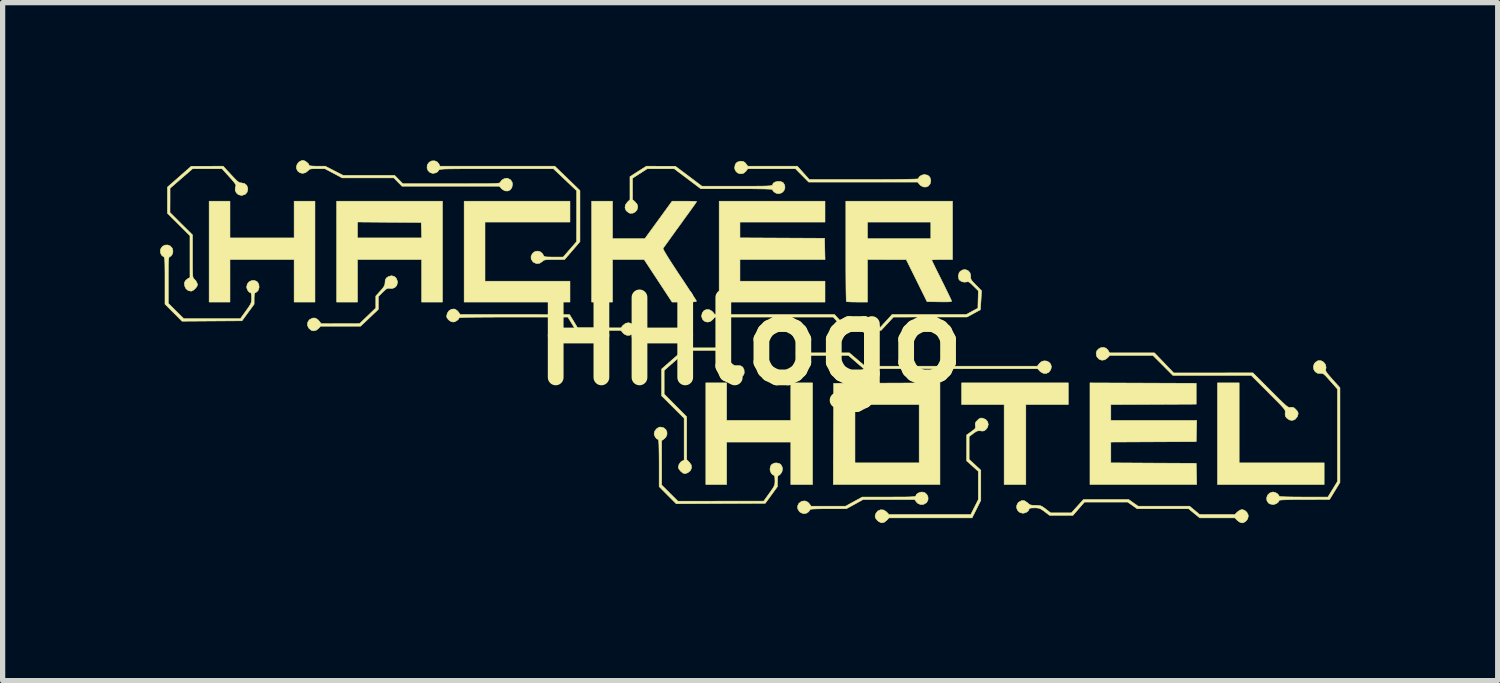
<source format=kicad_pcb>
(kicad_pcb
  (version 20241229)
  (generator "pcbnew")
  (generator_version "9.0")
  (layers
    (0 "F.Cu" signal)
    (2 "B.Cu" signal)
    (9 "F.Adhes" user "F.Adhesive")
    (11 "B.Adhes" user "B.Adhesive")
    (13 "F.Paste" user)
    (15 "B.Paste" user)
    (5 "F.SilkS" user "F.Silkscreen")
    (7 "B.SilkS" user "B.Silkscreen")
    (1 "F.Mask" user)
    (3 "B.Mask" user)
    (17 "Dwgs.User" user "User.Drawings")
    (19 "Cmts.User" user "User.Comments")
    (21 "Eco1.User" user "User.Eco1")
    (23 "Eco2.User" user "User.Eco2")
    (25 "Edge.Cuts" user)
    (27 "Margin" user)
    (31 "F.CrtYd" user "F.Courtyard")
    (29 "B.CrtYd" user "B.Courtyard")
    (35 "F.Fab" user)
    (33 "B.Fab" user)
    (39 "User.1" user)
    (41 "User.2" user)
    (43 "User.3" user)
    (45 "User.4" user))
  (footprint "HHlogo"
    (layer "F.Cu")
    (at 11.237 3.45)
    (property "Reference" "HHlogo" (at 0 0 0) (layer "F.SilkS") (effects (font (size 1.524 1.524) (thickness 0.3))))
    (attr through_hole)
    (fp_poly (pts (xy 9.319 2.318) (xy 10.938 2.318) (xy 10.938 2.731) (xy 8.906 2.731) (xy 8.906 0.794) (xy 9.319 0.794) (xy 9.319 2.318)) (stroke (width 0.01) (type solid)) (fill yes) (layer "F.SilkS"))
    (fp_poly (pts (xy -3.429 -2.27) (xy -5.048 -2.27) (xy -5.048 -1.143) (xy -3.429 -1.143) (xy -3.429 -0.746) (xy -5.445 -0.746) (xy -5.445 -2.667) (xy -3.429 -2.667) (xy -3.429 -2.27)) (stroke (width 0.01) (type solid)) (fill yes) (layer "F.SilkS"))
    (fp_poly (pts (xy 6.064 1.206) (xy 5.255 1.206) (xy 5.255 2.731) (xy 4.842 2.731) (xy 4.842 1.206) (xy 4.032 1.206) (xy 4.032 0.794) (xy 6.064 0.794) (xy 6.064 1.206)) (stroke (width 0.01) (type solid)) (fill yes) (layer "F.SilkS"))
    (fp_poly (pts (xy -9.906 -1.968) (xy -8.684 -1.968) (xy -8.684 -2.667) (xy -8.287 -2.667) (xy -8.287 -0.746) (xy -8.684 -0.746) (xy -8.684 -1.556) (xy -9.906 -1.556) (xy -9.906 -0.746) (xy -10.303 -0.746) (xy -10.303 -2.667) (xy -9.906 -2.667) (xy -9.906 -1.968)) (stroke (width 0.01) (type solid)) (fill yes) (layer "F.SilkS"))
    (fp_poly (pts (xy -0.445 1.508) (xy 0.778 1.508) (xy 0.778 0.794) (xy 1.191 0.794) (xy 1.191 2.731) (xy 0.778 2.731) (xy 0.778 1.921) (xy -0.445 1.921) (xy -0.445 2.731) (xy -0.841 2.731) (xy -0.841 0.794) (xy -0.445 0.794) (xy -0.445 1.508)) (stroke (width 0.01) (type solid)) (fill yes) (layer "F.SilkS"))
    (fp_poly (pts (xy 1.429 -2.27) (xy -0.191 -2.27) (xy -0.191 -1.969) (xy 1.421 -1.961) (xy 1.425 -1.758) (xy 1.43 -1.556) (xy -0.191 -1.556) (xy -0.191 -1.143) (xy 1.429 -1.143) (xy 1.429 -0.746) (xy -0.587 -0.746) (xy -0.587 -2.667) (xy 1.429 -2.667) (xy 1.429 -2.27)) (stroke (width 0.01) (type solid)) (fill yes) (layer "F.SilkS"))
    (fp_poly (pts (xy 3.619 2.731) (xy 1.587 2.731) (xy 1.591 1.766) (xy 1.594 1.206) (xy 2 1.206) (xy 2 2.318) (xy 3.223 2.318) (xy 3.223 1.206) (xy 2 1.206) (xy 1.594 1.206) (xy 1.595 0.802) (xy 2.607 0.798) (xy 3.619 0.794) (xy 3.619 2.731)) (stroke (width 0.01) (type solid)) (fill yes) (layer "F.SilkS"))
    (fp_poly (pts (xy -5.858 -0.746) (xy -6.255 -0.746) (xy -6.255 -1.556) (xy -7.477 -1.556) (xy -7.477 -0.746) (xy -7.874 -0.746) (xy -7.874 -1.968) (xy -7.477 -1.968) (xy -6.254 -1.968) (xy -6.258 -2.115) (xy -6.263 -2.262) (xy -6.87 -2.266) (xy -7.477 -2.271) (xy -7.477 -1.968) (xy -7.874 -1.968) (xy -7.874 -2.667) (xy -5.858 -2.667) (xy -5.858 -0.746)) (stroke (width 0.01) (type solid)) (fill yes) (layer "F.SilkS"))
    (fp_poly (pts (xy 7.489 0.798) (xy 8.501 0.802) (xy 8.501 1.199) (xy 7.687 1.203) (xy 6.874 1.207) (xy 6.874 1.508) (xy 8.51 1.508) (xy 8.501 1.913) (xy 7.687 1.917) (xy 6.874 1.921) (xy 6.874 2.317) (xy 7.687 2.322) (xy 8.501 2.326) (xy 8.506 2.528) (xy 8.51 2.731) (xy 6.477 2.731) (xy 6.477 0.794) (xy 7.489 0.798)) (stroke (width 0.01) (type solid)) (fill yes) (layer "F.SilkS"))
    (fp_poly (pts (xy 1.063 0.131) (xy 1.101 0.168) (xy 1.109 0.184) (xy 1.126 0.222) (xy 1.893 0.222) (xy 2.193 0.476) (xy 5.475 0.476) (xy 5.508 0.43) (xy 5.551 0.39) (xy 5.601 0.374) (xy 5.652 0.378) (xy 5.696 0.4) (xy 5.729 0.437) (xy 5.742 0.485) (xy 5.732 0.537) (xy 5.697 0.588) (xy 5.648 0.613) (xy 5.593 0.613) (xy 5.539 0.585) (xy 5.524 0.572) (xy 5.48 0.524) (xy 3.823 0.524) (xy 2.167 0.523) (xy 2.021 0.397) (xy 1.875 0.27) (xy 1.508 0.27) (xy 1.14 0.27) (xy 1.095 0.317) (xy 1.044 0.354) (xy 0.989 0.362) (xy 0.937 0.344) (xy 0.897 0.301) (xy 0.888 0.284) (xy 0.879 0.229) (xy 0.893 0.182) (xy 0.926 0.146) (xy 0.969 0.123) (xy 1.018 0.117) (xy 1.063 0.131)) (stroke (width 0.01) (type solid)) (fill yes) (layer "F.SilkS"))
    (fp_poly (pts (xy -6.778 -1.235) (xy -6.738 -1.199) (xy -6.717 -1.143) (xy -6.715 -1.118) (xy -6.729 -1.062) (xy -6.766 -1.022) (xy -6.819 -1.004) (xy -6.853 -1.006) (xy -6.886 -1.009) (xy -6.912 -1.004) (xy -6.941 -0.985) (xy -6.979 -0.95) (xy -6.997 -0.933) (xy -7.08 -0.85) (xy -7.08 -0.606) (xy -7.249 -0.446) (xy -7.418 -0.286) (xy -8.182 -0.286) (xy -8.215 -0.247) (xy -8.261 -0.21) (xy -8.314 -0.197) (xy -8.358 -0.208) (xy -8.405 -0.249) (xy -8.429 -0.3) (xy -8.428 -0.353) (xy -8.4 -0.401) (xy -8.388 -0.412) (xy -8.331 -0.441) (xy -8.278 -0.44) (xy -8.227 -0.406) (xy -8.212 -0.389) (xy -8.168 -0.333) (xy -7.803 -0.334) (xy -7.437 -0.335) (xy -7.283 -0.483) (xy -7.128 -0.632) (xy -7.128 -0.86) (xy -7.041 -0.957) (xy -6.993 -1.012) (xy -6.966 -1.053) (xy -6.955 -1.088) (xy -6.953 -1.105) (xy -6.948 -1.163) (xy -6.929 -1.202) (xy -6.891 -1.23) (xy -6.888 -1.231) (xy -6.83 -1.247) (xy -6.778 -1.235)) (stroke (width 0.01) (type solid)) (fill yes) (layer "F.SilkS"))
    (fp_poly (pts (xy -5.612 -0.606) (xy -5.575 -0.58) (xy -5.547 -0.548) (xy -5.521 -0.508) (xy -4.479 -0.508) (xy -3.437 -0.507) (xy -3.36 -0.381) (xy -3.284 -0.254) (xy -2.459 -0.254) (xy -2.419 -0.302) (xy -2.37 -0.34) (xy -2.316 -0.352) (xy -2.266 -0.339) (xy -2.225 -0.301) (xy -2.215 -0.281) (xy -2.203 -0.221) (xy -2.216 -0.171) (xy -2.248 -0.134) (xy -2.293 -0.113) (xy -2.344 -0.112) (xy -2.394 -0.135) (xy -2.419 -0.159) (xy -2.459 -0.206) (xy -3.314 -0.206) (xy -3.469 -0.46) (xy -4.504 -0.46) (xy -4.723 -0.46) (xy -4.918 -0.459) (xy -5.089 -0.458) (xy -5.234 -0.457) (xy -5.352 -0.455) (xy -5.443 -0.453) (xy -5.504 -0.45) (xy -5.536 -0.447) (xy -5.54 -0.445) (xy -5.554 -0.418) (xy -5.587 -0.39) (xy -5.627 -0.37) (xy -5.655 -0.365) (xy -5.7 -0.377) (xy -5.743 -0.408) (xy -5.772 -0.447) (xy -5.779 -0.475) (xy -5.766 -0.533) (xy -5.734 -0.579) (xy -5.689 -0.608) (xy -5.638 -0.614) (xy -5.612 -0.606)) (stroke (width 0.01) (type solid)) (fill yes) (layer "F.SilkS"))
    (fp_poly (pts (xy -0.125 -3.423) (xy -0.092 -3.4) (xy -0.077 -3.381) (xy -0.042 -3.334) (xy 0.43 -3.334) (xy 0.902 -3.334) (xy 1.016 -3.207) (xy 1.13 -3.08) (xy 2.169 -3.08) (xy 2.403 -3.08) (xy 2.608 -3.081) (xy 2.784 -3.082) (xy 2.93 -3.084) (xy 3.045 -3.086) (xy 3.13 -3.088) (xy 3.184 -3.091) (xy 3.206 -3.095) (xy 3.207 -3.096) (xy 3.221 -3.127) (xy 3.256 -3.155) (xy 3.301 -3.172) (xy 3.326 -3.175) (xy 3.386 -3.162) (xy 3.427 -3.125) (xy 3.444 -3.068) (xy 3.445 -3.056) (xy 3.432 -2.998) (xy 3.399 -2.957) (xy 3.353 -2.937) (xy 3.301 -2.94) (xy 3.25 -2.967) (xy 3.233 -2.985) (xy 3.193 -3.032) (xy 1.118 -3.032) (xy 0.992 -3.159) (xy 0.866 -3.286) (xy 0.412 -3.286) (xy -0.042 -3.286) (xy -0.077 -3.239) (xy -0.12 -3.201) (xy -0.171 -3.189) (xy -0.222 -3.199) (xy -0.263 -3.229) (xy -0.288 -3.276) (xy -0.292 -3.307) (xy -0.28 -3.37) (xy -0.245 -3.41) (xy -0.189 -3.428) (xy -0.173 -3.429) (xy -0.125 -3.423)) (stroke (width 0.01) (type solid)) (fill yes) (layer "F.SilkS"))
    (fp_poly (pts (xy -2.619 -1.953) (xy -2.003 -1.953) (xy -1.743 -2.31) (xy -1.484 -2.667) (xy -1.25 -2.667) (xy -1.168 -2.667) (xy -1.098 -2.665) (xy -1.047 -2.664) (xy -1.019 -2.661) (xy -1.016 -2.66) (xy -1.025 -2.646) (xy -1.05 -2.609) (xy -1.09 -2.553) (xy -1.142 -2.48) (xy -1.205 -2.394) (xy -1.275 -2.297) (xy -1.33 -2.22) (xy -1.406 -2.116) (xy -1.475 -2.02) (xy -1.536 -1.935) (xy -1.587 -1.864) (xy -1.626 -1.81) (xy -1.65 -1.777) (xy -1.656 -1.767) (xy -1.651 -1.749) (xy -1.628 -1.707) (xy -1.59 -1.643) (xy -1.538 -1.559) (xy -1.472 -1.457) (xy -1.395 -1.339) (xy -1.349 -1.269) (xy -1.275 -1.159) (xy -1.207 -1.056) (xy -1.147 -0.964) (xy -1.096 -0.886) (xy -1.057 -0.826) (xy -1.031 -0.785) (xy -1.021 -0.769) (xy -1.022 -0.76) (xy -1.037 -0.754) (xy -1.068 -0.75) (xy -1.121 -0.747) (xy -1.199 -0.746) (xy -1.248 -0.746) (xy -1.484 -0.746) (xy -1.75 -1.151) (xy -2.016 -1.556) (xy -2.619 -1.556) (xy -2.619 -0.746) (xy -3.016 -0.746) (xy -3.016 -2.667) (xy -2.619 -2.667) (xy -2.619 -1.953)) (stroke (width 0.01) (type solid)) (fill yes) (layer "F.SilkS"))
    (fp_poly (pts (xy 3.333 2.887) (xy 3.371 2.922) (xy 3.392 2.969) (xy 3.392 3.021) (xy 3.368 3.069) (xy 3.361 3.077) (xy 3.308 3.108) (xy 3.251 3.112) (xy 3.198 3.09) (xy 3.172 3.064) (xy 3.137 3.016) (xy 2.155 3.016) (xy 1.996 3.104) (xy 1.837 3.191) (xy 1.49 3.191) (xy 1.367 3.192) (xy 1.269 3.194) (xy 1.198 3.197) (xy 1.155 3.202) (xy 1.143 3.207) (xy 1.133 3.229) (xy 1.111 3.254) (xy 1.064 3.282) (xy 1.009 3.283) (xy 0.956 3.258) (xy 0.944 3.247) (xy 0.911 3.196) (xy 0.907 3.142) (xy 0.929 3.092) (xy 0.976 3.055) (xy 0.99 3.049) (xy 1.047 3.042) (xy 1.101 3.065) (xy 1.136 3.103) (xy 1.163 3.143) (xy 1.821 3.143) (xy 1.98 3.056) (xy 2.139 2.969) (xy 2.649 2.969) (xy 2.792 2.968) (xy 2.906 2.968) (xy 2.995 2.967) (xy 3.061 2.965) (xy 3.107 2.962) (xy 3.137 2.958) (xy 3.153 2.953) (xy 3.159 2.947) (xy 3.159 2.946) (xy 3.173 2.916) (xy 3.209 2.891) (xy 3.257 2.875) (xy 3.281 2.873) (xy 3.333 2.887)) (stroke (width 0.01) (type solid)) (fill yes) (layer "F.SilkS"))
    (fp_poly (pts (xy 3.858 -1.556) (xy 3.659 -1.556) (xy 3.584 -1.555) (xy 3.522 -1.553) (xy 3.479 -1.551) (xy 3.461 -1.548) (xy 3.461 -1.548) (xy 3.468 -1.532) (xy 3.487 -1.492) (xy 3.517 -1.43) (xy 3.555 -1.352) (xy 3.601 -1.261) (xy 3.651 -1.159) (xy 3.651 -1.159) (xy 3.702 -1.057) (xy 3.747 -0.965) (xy 3.786 -0.885) (xy 3.816 -0.822) (xy 3.835 -0.78) (xy 3.842 -0.762) (xy 3.826 -0.755) (xy 3.779 -0.75) (xy 3.703 -0.749) (xy 3.608 -0.75) (xy 3.373 -0.754) (xy 3.175 -1.154) (xy 2.977 -1.554) (xy 2.607 -1.555) (xy 2.238 -1.556) (xy 2.238 -0.746) (xy 2.043 -0.746) (xy 1.967 -0.747) (xy 1.903 -0.749) (xy 1.857 -0.752) (xy 1.836 -0.756) (xy 1.836 -0.757) (xy 1.834 -0.774) (xy 1.833 -0.82) (xy 1.831 -0.893) (xy 1.829 -0.989) (xy 1.828 -1.105) (xy 1.827 -1.239) (xy 1.826 -1.389) (xy 1.826 -1.55) (xy 1.826 -1.717) (xy 1.826 -2.27) (xy 2.238 -2.27) (xy 2.238 -1.953) (xy 3.445 -1.953) (xy 3.445 -2.27) (xy 2.238 -2.27) (xy 1.826 -2.27) (xy 1.826 -2.667) (xy 3.858 -2.667) (xy 3.858 -1.556)) (stroke (width 0.01) (type solid)) (fill yes) (layer "F.SilkS"))
    (fp_poly (pts (xy 4.434 1.467) (xy 4.491 1.491) (xy 4.527 1.533) (xy 4.54 1.585) (xy 4.526 1.64) (xy 4.499 1.677) (xy 4.467 1.704) (xy 4.433 1.712) (xy 4.396 1.708) (xy 4.358 1.705) (xy 4.325 1.712) (xy 4.288 1.733) (xy 4.254 1.757) (xy 4.175 1.817) (xy 4.175 2.251) (xy 4.286 2.354) (xy 4.397 2.457) (xy 4.397 3.032) (xy 4.314 3.199) (xy 4.231 3.365) (xy 2.648 3.365) (xy 2.603 3.413) (xy 2.553 3.452) (xy 2.502 3.459) (xy 2.449 3.434) (xy 2.428 3.414) (xy 2.393 3.372) (xy 2.383 3.334) (xy 2.395 3.289) (xy 2.399 3.281) (xy 2.435 3.234) (xy 2.485 3.212) (xy 2.54 3.214) (xy 2.592 3.244) (xy 2.603 3.254) (xy 2.648 3.302) (xy 4.207 3.302) (xy 4.35 3.017) (xy 4.35 2.479) (xy 4.239 2.379) (xy 4.128 2.28) (xy 4.128 2.033) (xy 4.128 1.786) (xy 4.215 1.724) (xy 4.262 1.689) (xy 4.287 1.665) (xy 4.296 1.643) (xy 4.294 1.615) (xy 4.293 1.609) (xy 4.29 1.571) (xy 4.303 1.54) (xy 4.333 1.507) (xy 4.369 1.475) (xy 4.4 1.464) (xy 4.434 1.467)) (stroke (width 0.01) (type solid)) (fill yes) (layer "F.SilkS"))
    (fp_poly (pts (xy -0.466 0.299) (xy -0.405 0.365) (xy -0.361 0.412) (xy -0.329 0.442) (xy -0.305 0.458) (xy -0.284 0.465) (xy -0.261 0.465) (xy -0.246 0.464) (xy -0.18 0.468) (xy -0.136 0.496) (xy -0.112 0.547) (xy -0.109 0.607) (xy -0.126 0.649) (xy -0.165 0.682) (xy -0.216 0.698) (xy -0.227 0.699) (xy -0.286 0.685) (xy -0.328 0.647) (xy -0.347 0.592) (xy -0.347 0.566) (xy -0.347 0.542) (xy -0.353 0.518) (xy -0.369 0.49) (xy -0.397 0.453) (xy -0.441 0.401) (xy -0.493 0.343) (xy -0.643 0.176) (xy -0.921 0.175) (xy -1.2 0.175) (xy -1.418 0.366) (xy -1.635 0.557) (xy -1.635 1.007) (xy -1.421 1.223) (xy -1.206 1.439) (xy -1.206 2.257) (xy -1.159 2.302) (xy -1.12 2.355) (xy -1.112 2.41) (xy -1.133 2.462) (xy -1.182 2.504) (xy -1.186 2.506) (xy -1.232 2.522) (xy -1.273 2.514) (xy -1.317 2.48) (xy -1.319 2.478) (xy -1.348 2.443) (xy -1.364 2.413) (xy -1.365 2.407) (xy -1.354 2.352) (xy -1.323 2.305) (xy -1.294 2.283) (xy -1.254 2.265) (xy -1.254 1.468) (xy -1.468 1.254) (xy -1.683 1.04) (xy -1.683 0.53) (xy -1.223 0.127) (xy -0.623 0.127) (xy -0.466 0.299)) (stroke (width 0.01) (type solid)) (fill yes) (layer "F.SilkS"))
    (fp_poly (pts (xy 6.784 0.134) (xy 6.822 0.173) (xy 6.824 0.176) (xy 6.85 0.222) (xy 7.278 0.222) (xy 7.705 0.222) (xy 8.072 0.604) (xy 8.827 0.604) (xy 9.581 0.603) (xy 9.914 0.937) (xy 10.009 1.032) (xy 10.085 1.107) (xy 10.144 1.164) (xy 10.189 1.206) (xy 10.222 1.234) (xy 10.247 1.251) (xy 10.266 1.26) (xy 10.282 1.262) (xy 10.297 1.261) (xy 10.298 1.26) (xy 10.336 1.258) (xy 10.368 1.272) (xy 10.398 1.299) (xy 10.434 1.342) (xy 10.444 1.381) (xy 10.43 1.428) (xy 10.423 1.443) (xy 10.384 1.489) (xy 10.334 1.509) (xy 10.279 1.501) (xy 10.229 1.467) (xy 10.201 1.432) (xy 10.194 1.394) (xy 10.196 1.366) (xy 10.198 1.348) (xy 10.197 1.332) (xy 10.191 1.314) (xy 10.177 1.291) (xy 10.153 1.262) (xy 10.117 1.222) (xy 10.066 1.169) (xy 9.998 1.101) (xy 9.911 1.014) (xy 9.876 0.978) (xy 9.549 0.651) (xy 8.056 0.651) (xy 7.676 0.27) (xy 6.855 0.27) (xy 6.81 0.318) (xy 6.759 0.354) (xy 6.703 0.362) (xy 6.652 0.344) (xy 6.612 0.301) (xy 6.603 0.283) (xy 6.594 0.228) (xy 6.609 0.181) (xy 6.643 0.145) (xy 6.687 0.122) (xy 6.737 0.118) (xy 6.784 0.134)) (stroke (width 0.01) (type solid)) (fill yes) (layer "F.SilkS"))
    (fp_poly (pts (xy 10.926 0.397) (xy 10.964 0.445) (xy 10.975 0.502) (xy 10.968 0.537) (xy 10.966 0.554) (xy 10.974 0.577) (xy 10.996 0.61) (xy 11.034 0.657) (xy 11.091 0.722) (xy 11.097 0.729) (xy 11.239 0.887) (xy 11.239 2.691) (xy 11.041 3.015) (xy 10.561 3.016) (xy 10.411 3.016) (xy 10.287 3.018) (xy 10.192 3.021) (xy 10.125 3.024) (xy 10.088 3.029) (xy 10.081 3.032) (xy 10.067 3.063) (xy 10.032 3.091) (xy 9.986 3.109) (xy 9.962 3.111) (xy 9.905 3.1) (xy 9.874 3.08) (xy 9.846 3.032) (xy 9.843 2.98) (xy 9.862 2.931) (xy 9.9 2.893) (xy 9.952 2.874) (xy 9.967 2.873) (xy 10.01 2.883) (xy 10.05 2.907) (xy 10.076 2.937) (xy 10.081 2.953) (xy 10.096 2.958) (xy 10.143 2.962) (xy 10.219 2.965) (xy 10.323 2.967) (xy 10.455 2.968) (xy 10.546 2.969) (xy 11.01 2.969) (xy 11.192 2.671) (xy 11.192 0.912) (xy 11.056 0.759) (xy 11 0.696) (xy 10.96 0.653) (xy 10.932 0.628) (xy 10.909 0.615) (xy 10.889 0.612) (xy 10.867 0.614) (xy 10.812 0.61) (xy 10.769 0.583) (xy 10.741 0.539) (xy 10.733 0.488) (xy 10.747 0.436) (xy 10.77 0.404) (xy 10.821 0.371) (xy 10.875 0.37) (xy 10.926 0.397)) (stroke (width 0.01) (type solid)) (fill yes) (layer "F.SilkS"))
    (fp_poly (pts (xy -1.647 1.648) (xy -1.605 1.681) (xy -1.582 1.727) (xy -1.581 1.779) (xy -1.604 1.83) (xy -1.642 1.866) (xy -1.683 1.893) (xy -1.683 2.739) (xy -1.528 2.894) (xy -1.373 3.048) (xy -0.555 3.047) (xy 0.262 3.047) (xy 0.369 2.898) (xy 0.415 2.833) (xy 0.446 2.787) (xy 0.464 2.751) (xy 0.473 2.719) (xy 0.476 2.683) (xy 0.476 2.652) (xy 0.474 2.601) (xy 0.468 2.566) (xy 0.46 2.556) (xy 0.429 2.542) (xy 0.401 2.507) (xy 0.384 2.461) (xy 0.381 2.437) (xy 0.392 2.38) (xy 0.413 2.349) (xy 0.459 2.324) (xy 0.5 2.318) (xy 0.557 2.329) (xy 0.587 2.349) (xy 0.613 2.395) (xy 0.619 2.437) (xy 0.61 2.484) (xy 0.586 2.525) (xy 0.556 2.552) (xy 0.54 2.556) (xy 0.532 2.57) (xy 0.526 2.609) (xy 0.524 2.663) (xy 0.523 2.77) (xy 0.291 3.088) (xy -0.557 3.092) (xy -1.405 3.096) (xy -1.568 2.933) (xy -1.73 2.77) (xy -1.73 2.321) (xy -1.731 2.177) (xy -1.733 2.059) (xy -1.735 1.969) (xy -1.739 1.908) (xy -1.744 1.877) (xy -1.746 1.873) (xy -1.776 1.86) (xy -1.804 1.826) (xy -1.823 1.784) (xy -1.826 1.761) (xy -1.812 1.71) (xy -1.778 1.667) (xy -1.732 1.639) (xy -1.706 1.635) (xy -1.647 1.648)) (stroke (width 0.01) (type solid)) (fill yes) (layer "F.SilkS"))
    (fp_poly (pts (xy -1.697 -3.333) (xy -1.421 -3.333) (xy -1.168 -3.143) (xy -0.915 -2.953) (xy -0.243 -2.953) (xy -0.077 -2.953) (xy 0.06 -2.953) (xy 0.17 -2.954) (xy 0.257 -2.955) (xy 0.323 -2.957) (xy 0.37 -2.96) (xy 0.401 -2.963) (xy 0.42 -2.968) (xy 0.428 -2.973) (xy 0.429 -2.976) (xy 0.442 -3.009) (xy 0.478 -3.032) (xy 0.526 -3.044) (xy 0.576 -3.043) (xy 0.621 -3.028) (xy 0.635 -3.016) (xy 0.663 -2.969) (xy 0.666 -2.917) (xy 0.647 -2.868) (xy 0.61 -2.83) (xy 0.557 -2.811) (xy 0.543 -2.81) (xy 0.499 -2.819) (xy 0.459 -2.843) (xy 0.433 -2.873) (xy 0.429 -2.889) (xy 0.413 -2.894) (xy 0.366 -2.897) (xy 0.289 -2.9) (xy 0.181 -2.902) (xy 0.045 -2.904) (xy -0.12 -2.905) (xy -0.254 -2.905) (xy -0.938 -2.905) (xy -1.191 -3.096) (xy -1.444 -3.286) (xy -1.7 -3.286) (xy -1.957 -3.286) (xy -2.238 -3.105) (xy -2.238 -2.698) (xy -2.188 -2.653) (xy -2.151 -2.61) (xy -2.138 -2.564) (xy -2.138 -2.557) (xy -2.151 -2.504) (xy -2.185 -2.463) (xy -2.232 -2.439) (xy -2.284 -2.437) (xy -2.31 -2.447) (xy -2.36 -2.489) (xy -2.381 -2.541) (xy -2.373 -2.596) (xy -2.335 -2.65) (xy -2.334 -2.651) (xy -2.286 -2.696) (xy -2.286 -3.135) (xy -2.13 -3.235) (xy -1.973 -3.334) (xy -1.697 -3.333)) (stroke (width 0.01) (type solid)) (fill yes) (layer "F.SilkS"))
    (fp_poly (pts (xy 4.156 -1.343) (xy 4.191 -1.304) (xy 4.205 -1.249) (xy 4.205 -1.232) (xy 4.204 -1.203) (xy 4.212 -1.177) (xy 4.231 -1.148) (xy 4.267 -1.108) (xy 4.306 -1.068) (xy 4.412 -0.96) (xy 4.401 -0.78) (xy 4.389 -0.599) (xy 4.262 -0.53) (xy 4.135 -0.461) (xy 3.434 -0.461) (xy 2.733 -0.46) (xy 2.615 -0.333) (xy 2.497 -0.206) (xy 1.818 -0.206) (xy 1.585 -0.46) (xy -0.669 -0.46) (xy -0.709 -0.413) (xy -0.757 -0.375) (xy -0.809 -0.364) (xy -0.859 -0.376) (xy -0.898 -0.409) (xy -0.919 -0.46) (xy -0.921 -0.484) (xy -0.908 -0.542) (xy -0.875 -0.583) (xy -0.829 -0.603) (xy -0.776 -0.601) (xy -0.726 -0.573) (xy -0.709 -0.556) (xy -0.669 -0.508) (xy 0.471 -0.508) (xy 1.611 -0.508) (xy 1.727 -0.381) (xy 1.844 -0.254) (xy 2.474 -0.254) (xy 2.591 -0.381) (xy 2.707 -0.508) (xy 3.413 -0.508) (xy 4.12 -0.508) (xy 4.231 -0.569) (xy 4.342 -0.629) (xy 4.346 -0.795) (xy 4.351 -0.96) (xy 4.258 -1.052) (xy 4.211 -1.098) (xy 4.178 -1.124) (xy 4.155 -1.134) (xy 4.134 -1.132) (xy 4.126 -1.129) (xy 4.08 -1.125) (xy 4.031 -1.137) (xy 3.992 -1.163) (xy 3.979 -1.182) (xy 3.969 -1.245) (xy 3.984 -1.302) (xy 4.005 -1.331) (xy 4.056 -1.36) (xy 4.109 -1.363) (xy 4.156 -1.343)) (stroke (width 0.01) (type solid)) (fill yes) (layer "F.SilkS"))
    (fp_poly (pts (xy -8.48 -3.434) (xy -8.442 -3.409) (xy -8.41 -3.378) (xy -8.398 -3.35) (xy -8.383 -3.342) (xy -8.339 -3.337) (xy -8.269 -3.334) (xy -8.244 -3.334) (xy -8.091 -3.334) (xy -7.92 -3.246) (xy -7.75 -3.159) (xy -7.26 -3.159) (xy -6.769 -3.159) (xy -6.613 -3) (xy -5.689 -3) (xy -5.495 -3) (xy -5.329 -3.001) (xy -5.191 -3.001) (xy -5.078 -3.001) (xy -4.986 -3.002) (xy -4.914 -3.004) (xy -4.859 -3.005) (xy -4.819 -3.008) (xy -4.791 -3.011) (xy -4.773 -3.015) (xy -4.763 -3.02) (xy -4.757 -3.025) (xy -4.755 -3.032) (xy -4.755 -3.032) (xy -4.73 -3.066) (xy -4.687 -3.093) (xy -4.639 -3.105) (xy -4.615 -3.103) (xy -4.559 -3.073) (xy -4.53 -3.027) (xy -4.524 -2.985) (xy -4.537 -2.924) (xy -4.57 -2.882) (xy -4.616 -2.861) (xy -4.669 -2.865) (xy -4.721 -2.895) (xy -4.731 -2.905) (xy -4.775 -2.953) (xy -5.702 -2.953) (xy -6.629 -2.953) (xy -6.785 -3.112) (xy -7.277 -3.112) (xy -7.768 -3.111) (xy -7.933 -3.199) (xy -8.098 -3.286) (xy -8.243 -3.286) (xy -8.313 -3.286) (xy -8.358 -3.283) (xy -8.387 -3.276) (xy -8.406 -3.263) (xy -8.421 -3.246) (xy -8.468 -3.21) (xy -8.52 -3.198) (xy -8.571 -3.208) (xy -8.613 -3.239) (xy -8.638 -3.287) (xy -8.641 -3.318) (xy -8.627 -3.37) (xy -8.591 -3.415) (xy -8.542 -3.441) (xy -8.515 -3.445) (xy -8.48 -3.434)) (stroke (width 0.01) (type solid)) (fill yes) (layer "F.SilkS"))
    (fp_poly (pts (xy -5.962 -3.418) (xy -5.926 -3.378) (xy -5.924 -3.372) (xy -5.906 -3.334) (xy -4.812 -3.334) (xy -3.718 -3.334) (xy -3.239 -2.87) (xy -3.239 -2.384) (xy -3.239 -1.897) (xy -3.385 -1.726) (xy -3.532 -1.556) (xy -3.726 -1.556) (xy -3.808 -1.555) (xy -3.864 -1.554) (xy -3.902 -1.549) (xy -3.927 -1.542) (xy -3.945 -1.529) (xy -3.959 -1.516) (xy -4.012 -1.483) (xy -4.069 -1.479) (xy -4.123 -1.504) (xy -4.136 -1.515) (xy -4.169 -1.566) (xy -4.17 -1.62) (xy -4.142 -1.673) (xy -4.097 -1.708) (xy -4.045 -1.717) (xy -3.993 -1.703) (xy -3.951 -1.666) (xy -3.932 -1.631) (xy -3.924 -1.619) (xy -3.907 -1.611) (xy -3.875 -1.606) (xy -3.823 -1.604) (xy -3.745 -1.603) (xy -3.74 -1.603) (xy -3.558 -1.603) (xy -3.303 -1.897) (xy -3.302 -2.382) (xy -3.302 -2.867) (xy -3.523 -3.076) (xy -3.744 -3.286) (xy -4.832 -3.286) (xy -5.044 -3.286) (xy -5.227 -3.286) (xy -5.382 -3.286) (xy -5.512 -3.285) (xy -5.62 -3.284) (xy -5.707 -3.283) (xy -5.776 -3.282) (xy -5.828 -3.28) (xy -5.867 -3.277) (xy -5.893 -3.274) (xy -5.911 -3.271) (xy -5.921 -3.266) (xy -5.926 -3.261) (xy -5.929 -3.256) (xy -5.949 -3.229) (xy -5.985 -3.207) (xy -6.043 -3.197) (xy -6.094 -3.213) (xy -6.132 -3.249) (xy -6.152 -3.298) (xy -6.148 -3.354) (xy -6.144 -3.364) (xy -6.111 -3.409) (xy -6.064 -3.434) (xy -6.011 -3.437) (xy -5.962 -3.418)) (stroke (width 0.01) (type solid)) (fill yes) (layer "F.SilkS"))
    (fp_poly (pts (xy 7.304 3.08) (xy 7.395 3.143) (xy 8.375 3.143) (xy 8.47 3.222) (xy 8.565 3.301) (xy 8.901 3.302) (xy 9.237 3.302) (xy 9.284 3.254) (xy 9.33 3.22) (xy 9.373 3.207) (xy 9.374 3.207) (xy 9.422 3.221) (xy 9.464 3.257) (xy 9.489 3.306) (xy 9.493 3.334) (xy 9.48 3.385) (xy 9.446 3.429) (xy 9.4 3.457) (xy 9.374 3.461) (xy 9.331 3.448) (xy 9.285 3.414) (xy 9.284 3.413) (xy 9.237 3.365) (xy 8.568 3.365) (xy 8.461 3.278) (xy 8.355 3.191) (xy 7.375 3.191) (xy 7.285 3.127) (xy 7.194 3.064) (xy 6.372 3.064) (xy 6.262 3.191) (xy 6.152 3.318) (xy 5.929 3.317) (xy 5.707 3.317) (xy 5.613 3.246) (xy 5.562 3.209) (xy 5.524 3.188) (xy 5.486 3.178) (xy 5.438 3.175) (xy 5.419 3.175) (xy 5.36 3.177) (xy 5.328 3.184) (xy 5.318 3.196) (xy 5.304 3.23) (xy 5.268 3.258) (xy 5.22 3.275) (xy 5.196 3.277) (xy 5.142 3.263) (xy 5.103 3.229) (xy 5.081 3.182) (xy 5.081 3.131) (xy 5.104 3.083) (xy 5.122 3.065) (xy 5.176 3.036) (xy 5.229 3.039) (xy 5.282 3.074) (xy 5.289 3.08) (xy 5.318 3.106) (xy 5.347 3.12) (xy 5.387 3.126) (xy 5.44 3.127) (xy 5.495 3.129) (xy 5.535 3.135) (xy 5.571 3.152) (xy 5.615 3.183) (xy 5.636 3.199) (xy 5.728 3.27) (xy 6.123 3.27) (xy 6.353 3.016) (xy 7.214 3.016) (xy 7.304 3.08)) (stroke (width 0.01) (type solid)) (fill yes) (layer "F.SilkS"))
    (fp_poly (pts (xy -9.889 -3.175) (xy -9.828 -3.11) (xy -9.784 -3.065) (xy -9.751 -3.037) (xy -9.725 -3.022) (xy -9.702 -3.017) (xy -9.691 -3.016) (xy -9.629 -3.004) (xy -9.586 -2.968) (xy -9.567 -2.913) (xy -9.566 -2.897) (xy -9.58 -2.838) (xy -9.617 -2.797) (xy -9.675 -2.779) (xy -9.692 -2.778) (xy -9.746 -2.792) (xy -9.786 -2.828) (xy -9.807 -2.877) (xy -9.804 -2.932) (xy -9.796 -2.952) (xy -9.793 -2.968) (xy -9.801 -2.99) (xy -9.824 -3.023) (xy -9.863 -3.071) (xy -9.919 -3.133) (xy -10.057 -3.286) (xy -10.338 -3.286) (xy -10.618 -3.286) (xy -10.833 -3.1) (xy -11.048 -2.913) (xy -11.048 -2.683) (xy -11.049 -2.452) (xy -10.835 -2.238) (xy -10.62 -2.025) (xy -10.62 -1.616) (xy -10.62 -1.491) (xy -10.62 -1.395) (xy -10.618 -1.322) (xy -10.616 -1.269) (xy -10.613 -1.234) (xy -10.608 -1.211) (xy -10.601 -1.197) (xy -10.592 -1.188) (xy -10.591 -1.188) (xy -10.555 -1.149) (xy -10.53 -1.1) (xy -10.525 -1.071) (xy -10.537 -1.041) (xy -10.567 -1.004) (xy -10.604 -0.972) (xy -10.638 -0.955) (xy -10.647 -0.954) (xy -10.685 -0.961) (xy -10.711 -0.971) (xy -10.747 -1.004) (xy -10.77 -1.055) (xy -10.774 -1.109) (xy -10.772 -1.12) (xy -10.752 -1.156) (xy -10.716 -1.187) (xy -10.715 -1.188) (xy -10.668 -1.214) (xy -10.668 -1.612) (xy -10.668 -2.009) (xy -10.882 -2.223) (xy -11.097 -2.436) (xy -11.097 -2.685) (xy -11.097 -2.935) (xy -10.644 -3.333) (xy -10.34 -3.333) (xy -10.036 -3.334) (xy -9.889 -3.175)) (stroke (width 0.01) (type solid)) (fill yes) (layer "F.SilkS"))
    (fp_poly (pts (xy -11.041 -1.812) (xy -11.005 -1.77) (xy -11.001 -1.761) (xy -10.992 -1.71) (xy -11.003 -1.66) (xy -11.03 -1.622) (xy -11.051 -1.611) (xy -11.06 -1.606) (xy -11.066 -1.598) (xy -11.072 -1.58) (xy -11.075 -1.552) (xy -11.078 -1.507) (xy -11.08 -1.444) (xy -11.08 -1.359) (xy -11.081 -1.248) (xy -11.081 -1.161) (xy -11.081 -0.722) (xy -10.934 -0.575) (xy -10.786 -0.429) (xy -10.247 -0.429) (xy -9.708 -0.429) (xy -9.6 -0.578) (xy -9.554 -0.643) (xy -9.524 -0.689) (xy -9.506 -0.725) (xy -9.497 -0.757) (xy -9.494 -0.793) (xy -9.493 -0.824) (xy -9.496 -0.875) (xy -9.502 -0.91) (xy -9.509 -0.921) (xy -9.54 -0.935) (xy -9.568 -0.969) (xy -9.586 -1.013) (xy -9.588 -1.037) (xy -9.575 -1.091) (xy -9.541 -1.132) (xy -9.493 -1.155) (xy -9.441 -1.158) (xy -9.392 -1.136) (xy -9.382 -1.127) (xy -9.356 -1.081) (xy -9.351 -1.025) (xy -9.367 -0.972) (xy -9.382 -0.953) (xy -9.411 -0.929) (xy -9.43 -0.921) (xy -9.438 -0.906) (xy -9.444 -0.867) (xy -9.446 -0.814) (xy -9.446 -0.706) (xy -9.561 -0.548) (xy -9.677 -0.389) (xy -10.248 -0.385) (xy -10.819 -0.381) (xy -10.982 -0.544) (xy -11.144 -0.707) (xy -11.144 -1.154) (xy -11.144 -1.285) (xy -11.145 -1.388) (xy -11.146 -1.466) (xy -11.148 -1.523) (xy -11.151 -1.562) (xy -11.155 -1.587) (xy -11.16 -1.601) (xy -11.168 -1.608) (xy -11.174 -1.611) (xy -11.208 -1.637) (xy -11.229 -1.681) (xy -11.232 -1.733) (xy -11.224 -1.761) (xy -11.191 -1.807) (xy -11.143 -1.831) (xy -11.09 -1.833) (xy -11.041 -1.812)) (stroke (width 0.01) (type solid)) (fill yes) (layer "F.SilkS")))
  (gr_rect
    (start -3 -3)
    (end 25.481 9.916)
    (stroke (width 0.1) (type default))
    (fill no)
    (layer "Edge.Cuts")))
</source>
